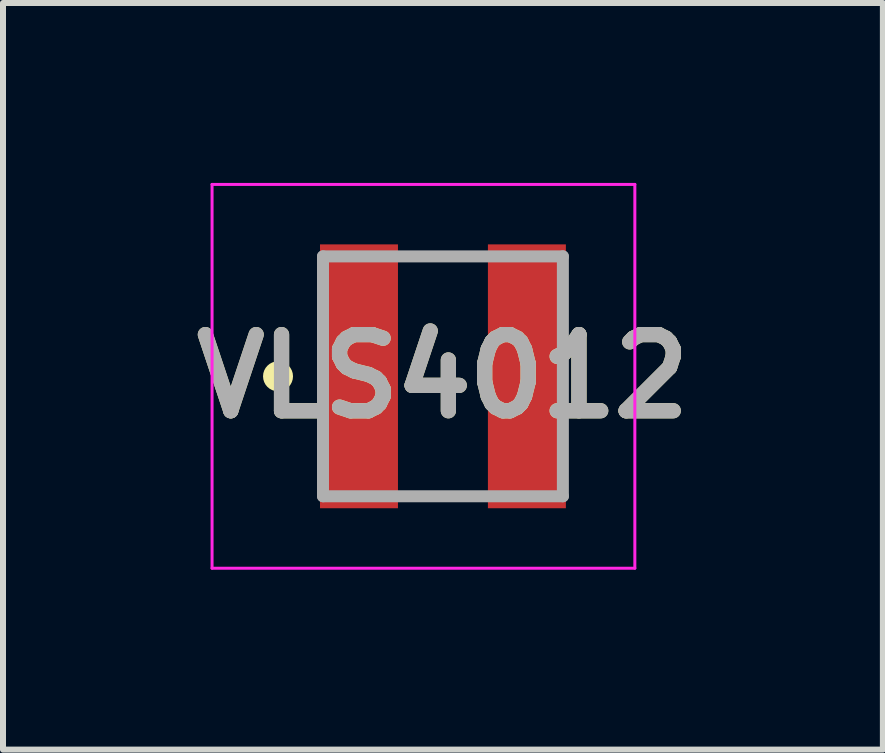
<source format=kicad_pcb>
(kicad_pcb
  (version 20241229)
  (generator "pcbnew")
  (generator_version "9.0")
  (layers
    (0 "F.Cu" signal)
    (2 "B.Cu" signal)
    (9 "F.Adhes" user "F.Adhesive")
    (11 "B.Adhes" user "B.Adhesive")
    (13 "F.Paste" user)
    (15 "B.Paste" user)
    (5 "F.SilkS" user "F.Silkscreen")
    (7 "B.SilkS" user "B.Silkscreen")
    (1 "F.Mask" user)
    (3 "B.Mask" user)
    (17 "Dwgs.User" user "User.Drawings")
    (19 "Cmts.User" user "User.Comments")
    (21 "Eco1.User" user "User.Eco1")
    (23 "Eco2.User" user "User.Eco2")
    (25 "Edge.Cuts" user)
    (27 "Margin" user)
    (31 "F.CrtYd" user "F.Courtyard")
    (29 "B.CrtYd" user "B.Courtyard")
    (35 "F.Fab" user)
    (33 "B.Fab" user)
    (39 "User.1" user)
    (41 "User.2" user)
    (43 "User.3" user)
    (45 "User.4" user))
  (footprint "VLS4012"
    (layer "F.Cu")
    (at 4.336 3.225)
    (property "Reference" "VLS4012" (at 0 0 0) (layer "F.SilkS") (effects (font (size 1.27 1.27) (thickness 0.254))))
    (attr smd)
    (fp_circle (center -2.75 0) (end -2.75 0.05) (stroke (width 0.2) (type solid)) (fill no) (layer "F.SilkS"))
    (fp_line (start -3.85 -3.2) (end 3.2 -3.2) (stroke (width 0.05) (type solid)) (layer "F.CrtYd"))
    (fp_line (start -3.85 3.2) (end -3.85 -3.2) (stroke (width 0.05) (type solid)) (layer "F.CrtYd"))
    (fp_line (start 3.2 -3.2) (end 3.2 3.2) (stroke (width 0.05) (type solid)) (layer "F.CrtYd"))
    (fp_line (start 3.2 3.2) (end -3.85 3.2) (stroke (width 0.05) (type solid)) (layer "F.CrtYd"))
    (fp_line (start -2 -2) (end 2 -2) (stroke (width 0.2) (type solid)) (layer "F.Fab"))
    (fp_line (start -2 2) (end -2 -2) (stroke (width 0.2) (type solid)) (layer "F.Fab"))
    (fp_line (start 2 -2) (end 2 2) (stroke (width 0.2) (type solid)) (layer "F.Fab"))
    (fp_line (start 2 2) (end -2 2) (stroke (width 0.2) (type solid)) (layer "F.Fab"))
    (fp_text user "${REFERENCE}" (at 0 0 0) (layer "F.Fab") (effects (font (size 1.27 1.27) (thickness 0.254))))
    (pad "1" smd rect (at -1.4 0) (size 1.3 4.4) (layers "F.Cu" "F.Mask" "F.Paste"))
    (pad "2" smd rect (at 1.4 0) (size 1.3 4.4) (layers "F.Cu" "F.Mask" "F.Paste")))
  (gr_rect
    (start -3 -3)
    (end 11.672 9.45)
    (stroke (width 0.1) (type default))
    (fill no)
    (layer "Edge.Cuts")))
</source>
